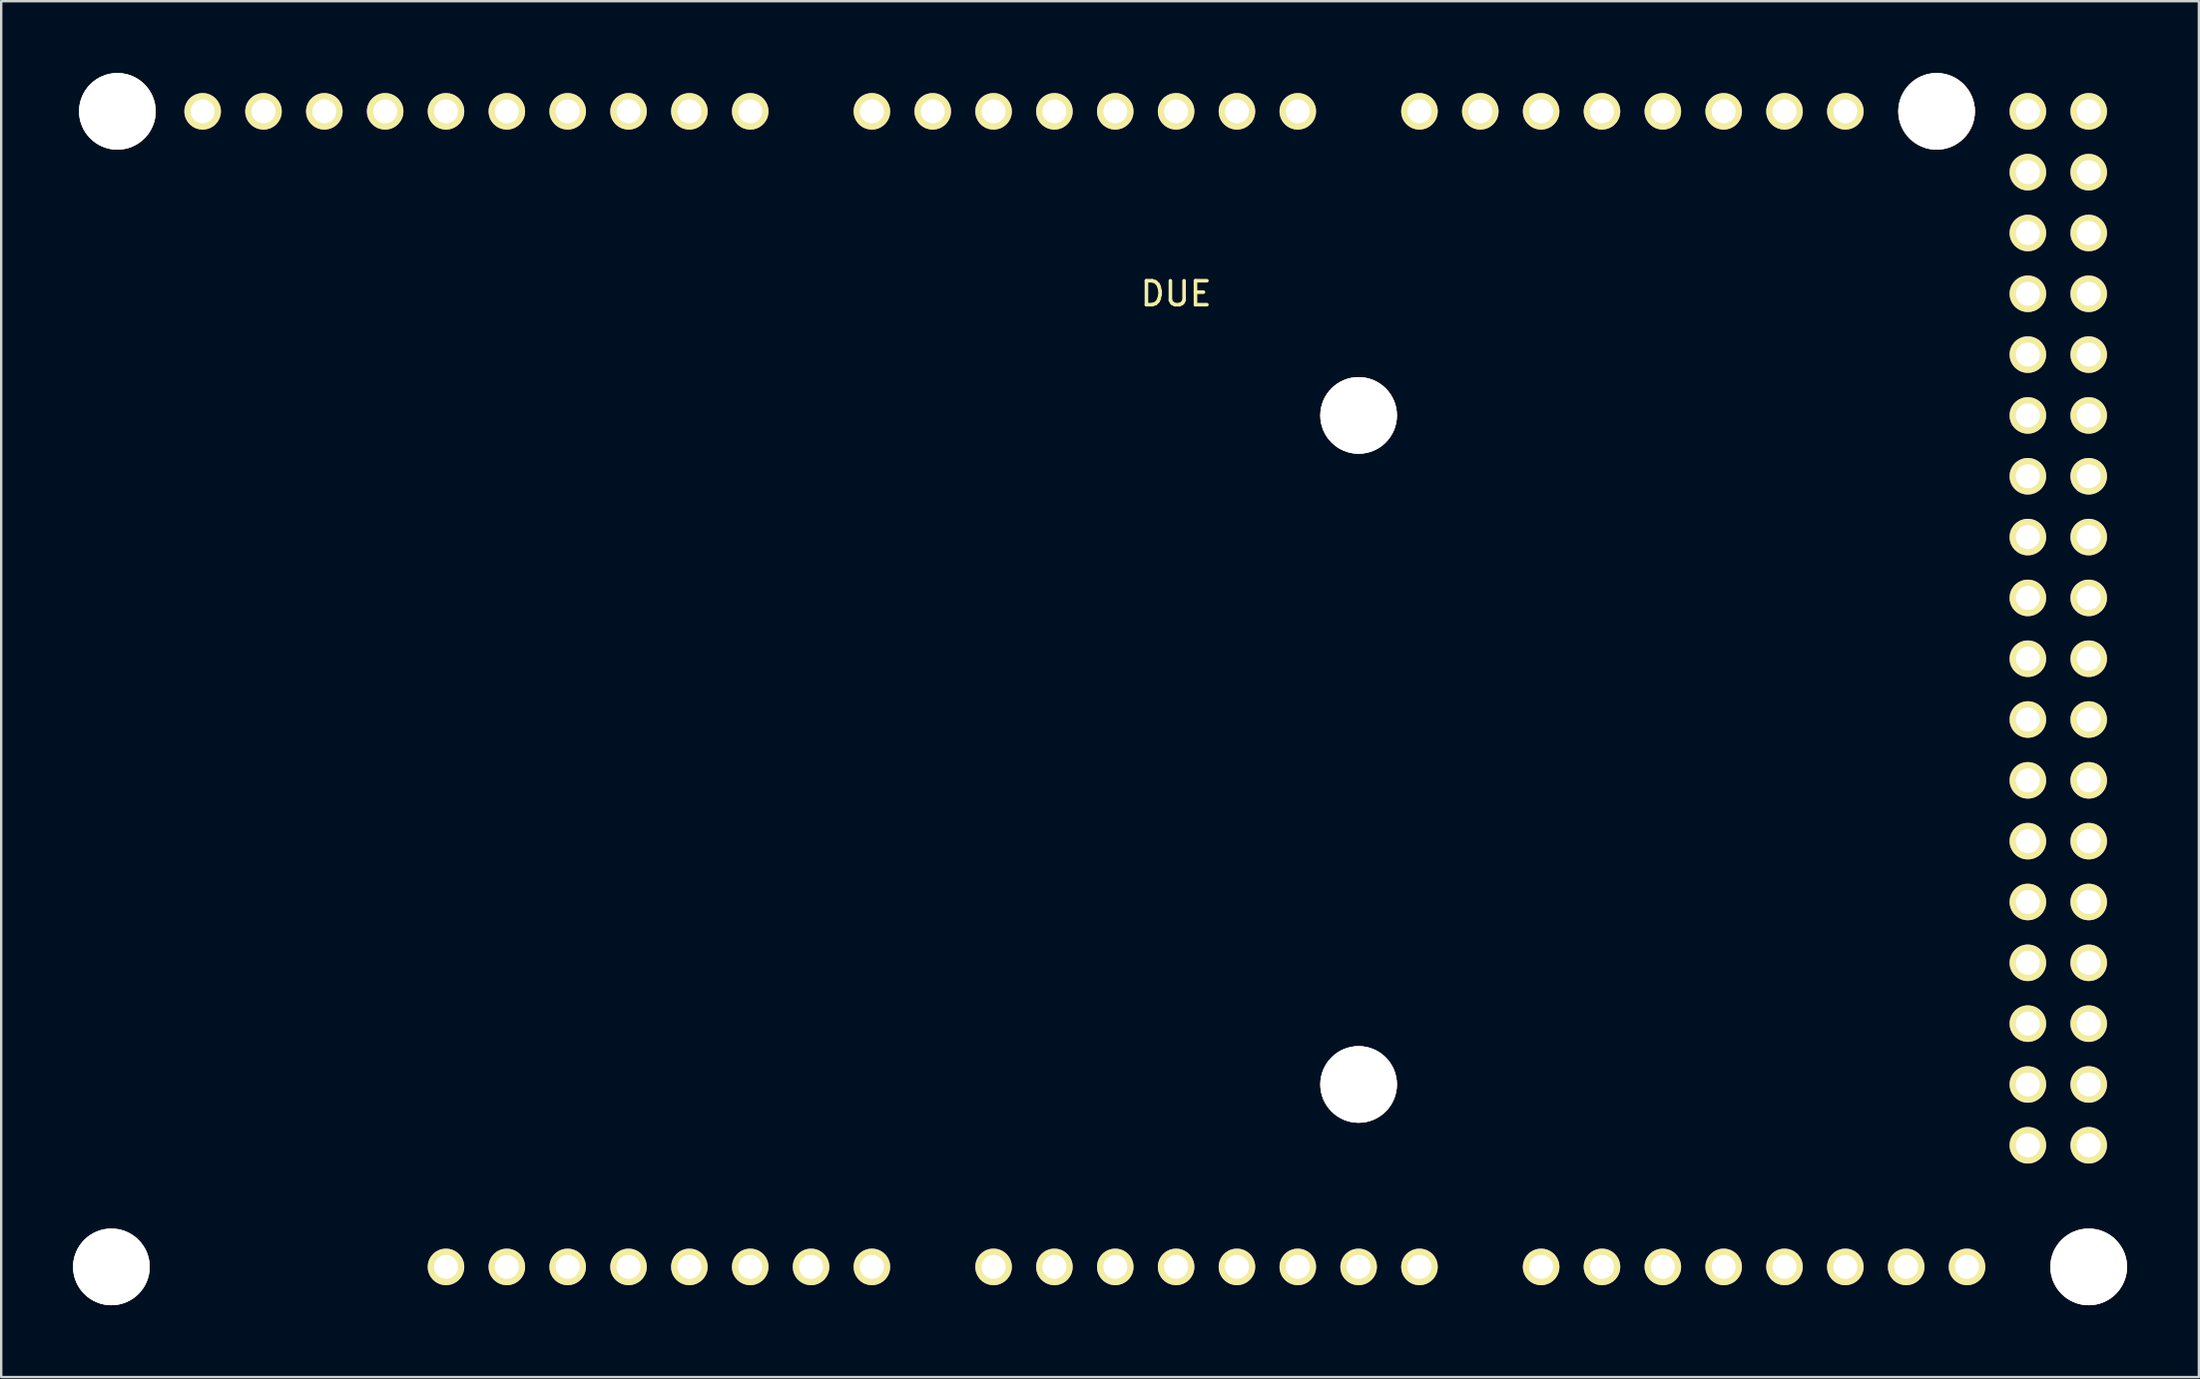
<source format=kicad_pcb>
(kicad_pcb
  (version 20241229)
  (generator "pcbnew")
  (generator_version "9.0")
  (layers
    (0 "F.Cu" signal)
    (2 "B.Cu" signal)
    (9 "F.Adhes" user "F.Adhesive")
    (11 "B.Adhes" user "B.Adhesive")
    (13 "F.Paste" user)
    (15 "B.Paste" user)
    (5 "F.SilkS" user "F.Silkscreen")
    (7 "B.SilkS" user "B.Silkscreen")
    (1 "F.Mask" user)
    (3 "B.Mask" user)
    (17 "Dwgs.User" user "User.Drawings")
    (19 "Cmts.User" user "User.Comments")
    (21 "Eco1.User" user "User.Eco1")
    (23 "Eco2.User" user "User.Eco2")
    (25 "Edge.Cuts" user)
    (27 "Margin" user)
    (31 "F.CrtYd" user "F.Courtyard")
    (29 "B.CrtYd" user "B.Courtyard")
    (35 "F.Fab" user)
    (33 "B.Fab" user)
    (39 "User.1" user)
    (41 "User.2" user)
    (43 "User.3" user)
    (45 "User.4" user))
  (footprint "DUE"
    (layer "F.Cu")
    (at 46.05 24.46)
    (property "Reference" "DUE" (at 0 -15.24 0) (layer "F.SilkS") (effects (font (size 1 1) (thickness 0.15))))
    (attr through_hole)
    (pad "" thru_hole circle (at -44.45 25.4) (size 3.2 3.2) (drill 3.2) (layers "*.Cu" "*.Mask" "F.SilkS"))
    (pad "" thru_hole circle (at -44.2 -22.86) (size 3.2 3.2) (drill 3.2) (layers "*.Cu" "*.Mask" "F.SilkS"))
    (pad "" thru_hole circle (at -30.48 25.4) (size 1.524 1.524) (drill 1) (layers "*.Cu" "*.Mask" "F.SilkS"))
    (pad "" thru_hole circle (at 7.62 -10.16) (size 3.2 3.2) (drill 3.2) (layers "*.Cu" "*.Mask" "F.SilkS"))
    (pad "" thru_hole circle (at 7.62 17.78) (size 3.2 3.2) (drill 3.2) (layers "*.Cu" "*.Mask" "F.SilkS"))
    (pad "" thru_hole circle (at 31.75 -22.86 90) (size 3.2 3.2) (drill 3.2) (layers "*.Cu" "*.Mask" "F.SilkS"))
    (pad "" thru_hole circle (at 38.1 25.4) (size 3.2 3.2) (drill 3.2) (layers "*.Cu" "*.Mask" "F.SilkS"))
    (pad "2" thru_hole circle (at -27.94 25.4) (size 1.524 1.524) (drill 1) (layers "*.Cu" "*.Mask" "F.SilkS"))
    (pad "3" thru_hole circle (at -25.4 25.4) (size 1.524 1.524) (drill 1) (layers "*.Cu" "*.Mask" "F.SilkS"))
    (pad "4" thru_hole circle (at -22.86 25.4) (size 1.524 1.524) (drill 1) (layers "*.Cu" "*.Mask" "F.SilkS"))
    (pad "5" thru_hole circle (at -20.32 25.4) (size 1.524 1.524) (drill 1) (layers "*.Cu" "*.Mask" "F.SilkS"))
    (pad "6" thru_hole circle (at -17.78 25.4) (size 1.524 1.524) (drill 1) (layers "*.Cu" "*.Mask" "F.SilkS"))
    (pad "7" thru_hole circle (at -15.24 25.4) (size 1.524 1.524) (drill 1) (layers "*.Cu" "*.Mask" "F.SilkS"))
    (pad "8" thru_hole circle (at -12.7 25.4) (size 1.524 1.524) (drill 1) (layers "*.Cu" "*.Mask" "F.SilkS"))
    (pad "9" thru_hole circle (at -7.62 25.4) (size 1.524 1.524) (drill 1) (layers "*.Cu" "*.Mask" "F.SilkS"))
    (pad "10" thru_hole circle (at -5.08 25.4) (size 1.524 1.524) (drill 1) (layers "*.Cu" "*.Mask" "F.SilkS"))
    (pad "11" thru_hole circle (at -2.54 25.4) (size 1.524 1.524) (drill 1) (layers "*.Cu" "*.Mask" "F.SilkS"))
    (pad "12" thru_hole circle (at 0 25.4) (size 1.524 1.524) (drill 1) (layers "*.Cu" "*.Mask" "F.SilkS"))
    (pad "13" thru_hole circle (at 2.54 25.4) (size 1.524 1.524) (drill 1) (layers "*.Cu" "*.Mask" "F.SilkS"))
    (pad "14" thru_hole circle (at 5.08 25.4) (size 1.524 1.524) (drill 1) (layers "*.Cu" "*.Mask" "F.SilkS"))
    (pad "15" thru_hole circle (at 7.62 25.4) (size 1.524 1.524) (drill 1) (layers "*.Cu" "*.Mask" "F.SilkS"))
    (pad "16" thru_hole circle (at 10.16 25.4) (size 1.524 1.524) (drill 1) (layers "*.Cu" "*.Mask" "F.SilkS"))
    (pad "17" thru_hole circle (at 15.24 25.4) (size 1.524 1.524) (drill 1) (layers "*.Cu" "*.Mask" "F.SilkS"))
    (pad "18" thru_hole circle (at 17.78 25.4) (size 1.524 1.524) (drill 1) (layers "*.Cu" "*.Mask" "F.SilkS"))
    (pad "19" thru_hole circle (at 20.32 25.4) (size 1.524 1.524) (drill 1) (layers "*.Cu" "*.Mask" "F.SilkS"))
    (pad "20" thru_hole circle (at 22.86 25.4) (size 1.524 1.524) (drill 1) (layers "*.Cu" "*.Mask" "F.SilkS"))
    (pad "21" thru_hole circle (at 25.4 25.4) (size 1.524 1.524) (drill 1) (layers "*.Cu" "*.Mask" "F.SilkS"))
    (pad "22" thru_hole circle (at 27.94 25.4) (size 1.524 1.524) (drill 1) (layers "*.Cu" "*.Mask" "F.SilkS"))
    (pad "23" thru_hole circle (at 30.48 25.4) (size 1.524 1.524) (drill 1) (layers "*.Cu" "*.Mask" "F.SilkS"))
    (pad "24" thru_hole circle (at 33.02 25.4) (size 1.524 1.524) (drill 1) (layers "*.Cu" "*.Mask" "F.SilkS"))
    (pad "25" thru_hole circle (at 35.56 20.32) (size 1.524 1.524) (drill 1) (layers "*.Cu" "*.Mask" "F.SilkS"))
    (pad "26" thru_hole circle (at 38.1 20.32) (size 1.524 1.524) (drill 1) (layers "*.Cu" "*.Mask" "F.SilkS"))
    (pad "27" thru_hole circle (at 35.56 17.78) (size 1.524 1.524) (drill 1) (layers "*.Cu" "*.Mask" "F.SilkS"))
    (pad "28" thru_hole circle (at 38.1 17.78) (size 1.524 1.524) (drill 1) (layers "*.Cu" "*.Mask" "F.SilkS"))
    (pad "29" thru_hole circle (at 35.56 15.24) (size 1.524 1.524) (drill 1) (layers "*.Cu" "*.Mask" "F.SilkS"))
    (pad "30" thru_hole circle (at 38.1 15.24) (size 1.524 1.524) (drill 1) (layers "*.Cu" "*.Mask" "F.SilkS"))
    (pad "31" thru_hole circle (at 35.56 12.7) (size 1.524 1.524) (drill 1) (layers "*.Cu" "*.Mask" "F.SilkS"))
    (pad "32" thru_hole circle (at 38.1 12.7) (size 1.524 1.524) (drill 1) (layers "*.Cu" "*.Mask" "F.SilkS"))
    (pad "33" thru_hole circle (at 35.56 10.16) (size 1.524 1.524) (drill 1) (layers "*.Cu" "*.Mask" "F.SilkS"))
    (pad "34" thru_hole circle (at 38.1 10.16) (size 1.524 1.524) (drill 1) (layers "*.Cu" "*.Mask" "F.SilkS"))
    (pad "35" thru_hole circle (at 35.56 7.62) (size 1.524 1.524) (drill 1) (layers "*.Cu" "*.Mask" "F.SilkS"))
    (pad "36" thru_hole circle (at 38.1 7.62) (size 1.524 1.524) (drill 1) (layers "*.Cu" "*.Mask" "F.SilkS"))
    (pad "37" thru_hole circle (at 35.56 5.08) (size 1.524 1.524) (drill 1) (layers "*.Cu" "*.Mask" "F.SilkS"))
    (pad "38" thru_hole circle (at 38.1 5.08) (size 1.524 1.524) (drill 1) (layers "*.Cu" "*.Mask" "F.SilkS"))
    (pad "39" thru_hole circle (at 35.56 2.54) (size 1.524 1.524) (drill 1) (layers "*.Cu" "*.Mask" "F.SilkS"))
    (pad "40" thru_hole circle (at 38.1 2.54) (size 1.524 1.524) (drill 1) (layers "*.Cu" "*.Mask" "F.SilkS"))
    (pad "41" thru_hole circle (at 35.56 0) (size 1.524 1.524) (drill 1) (layers "*.Cu" "*.Mask" "F.SilkS"))
    (pad "42" thru_hole circle (at 38.1 0) (size 1.524 1.524) (drill 1) (layers "*.Cu" "*.Mask" "F.SilkS"))
    (pad "43" thru_hole circle (at 35.56 -2.54) (size 1.524 1.524) (drill 1) (layers "*.Cu" "*.Mask" "F.SilkS"))
    (pad "44" thru_hole circle (at 38.1 -2.54) (size 1.524 1.524) (drill 1) (layers "*.Cu" "*.Mask" "F.SilkS"))
    (pad "45" thru_hole circle (at 35.56 -5.08) (size 1.524 1.524) (drill 1) (layers "*.Cu" "*.Mask" "F.SilkS"))
    (pad "46" thru_hole circle (at 38.1 -5.08) (size 1.524 1.524) (drill 1) (layers "*.Cu" "*.Mask" "F.SilkS"))
    (pad "47" thru_hole circle (at 35.56 -7.62) (size 1.524 1.524) (drill 1) (layers "*.Cu" "*.Mask" "F.SilkS"))
    (pad "48" thru_hole circle (at 38.1 -7.62) (size 1.524 1.524) (drill 1) (layers "*.Cu" "*.Mask" "F.SilkS"))
    (pad "49" thru_hole circle (at 35.56 -10.16) (size 1.524 1.524) (drill 1) (layers "*.Cu" "*.Mask" "F.SilkS"))
    (pad "50" thru_hole circle (at 38.1 -10.16) (size 1.524 1.524) (drill 1) (layers "*.Cu" "*.Mask" "F.SilkS"))
    (pad "51" thru_hole circle (at 35.56 -12.7) (size 1.524 1.524) (drill 1) (layers "*.Cu" "*.Mask" "F.SilkS"))
    (pad "52" thru_hole circle (at 38.1 -12.7) (size 1.524 1.524) (drill 1) (layers "*.Cu" "*.Mask" "F.SilkS"))
    (pad "53" thru_hole circle (at 35.56 -15.24) (size 1.524 1.524) (drill 1) (layers "*.Cu" "*.Mask" "F.SilkS"))
    (pad "54" thru_hole circle (at 38.1 -15.24) (size 1.524 1.524) (drill 1) (layers "*.Cu" "*.Mask" "F.SilkS"))
    (pad "55" thru_hole circle (at 35.56 -17.78) (size 1.524 1.524) (drill 1) (layers "*.Cu" "*.Mask" "F.SilkS"))
    (pad "56" thru_hole circle (at 38.1 -17.78) (size 1.524 1.524) (drill 1) (layers "*.Cu" "*.Mask" "F.SilkS"))
    (pad "57" thru_hole circle (at 35.56 -20.32) (size 1.524 1.524) (drill 1) (layers "*.Cu" "*.Mask" "F.SilkS"))
    (pad "58" thru_hole circle (at 38.1 -20.32) (size 1.524 1.524) (drill 1) (layers "*.Cu" "*.Mask" "F.SilkS"))
    (pad "59" thru_hole circle (at 35.56 -22.86) (size 1.524 1.524) (drill 1) (layers "*.Cu" "*.Mask" "F.SilkS"))
    (pad "60" thru_hole circle (at 38.1 -22.86) (size 1.524 1.524) (drill 1) (layers "*.Cu" "*.Mask" "F.SilkS"))
    (pad "61" thru_hole circle (at 27.94 -22.86) (size 1.524 1.524) (drill 1) (layers "*.Cu" "*.Mask" "F.SilkS"))
    (pad "62" thru_hole circle (at 25.4 -22.86) (size 1.524 1.524) (drill 1) (layers "*.Cu" "*.Mask" "F.SilkS"))
    (pad "63" thru_hole circle (at 22.86 -22.86) (size 1.524 1.524) (drill 1) (layers "*.Cu" "*.Mask" "F.SilkS"))
    (pad "64" thru_hole circle (at 20.32 -22.86) (size 1.524 1.524) (drill 1) (layers "*.Cu" "*.Mask" "F.SilkS"))
    (pad "65" thru_hole circle (at 17.78 -22.86) (size 1.524 1.524) (drill 1) (layers "*.Cu" "*.Mask" "F.SilkS"))
    (pad "66" thru_hole circle (at 15.24 -22.86) (size 1.524 1.524) (drill 1) (layers "*.Cu" "*.Mask" "F.SilkS"))
    (pad "67" thru_hole circle (at 12.7 -22.86) (size 1.524 1.524) (drill 1) (layers "*.Cu" "*.Mask" "F.SilkS"))
    (pad "68" thru_hole circle (at 10.16 -22.86) (size 1.524 1.524) (drill 1) (layers "*.Cu" "*.Mask" "F.SilkS"))
    (pad "69" thru_hole circle (at 5.08 -22.86) (size 1.524 1.524) (drill 1) (layers "*.Cu" "*.Mask" "F.SilkS"))
    (pad "70" thru_hole circle (at 2.54 -22.86) (size 1.524 1.524) (drill 1) (layers "*.Cu" "*.Mask" "F.SilkS"))
    (pad "71" thru_hole circle (at 0 -22.86) (size 1.524 1.524) (drill 1) (layers "*.Cu" "*.Mask" "F.SilkS"))
    (pad "72" thru_hole circle (at -2.54 -22.86) (size 1.524 1.524) (drill 1) (layers "*.Cu" "*.Mask" "F.SilkS"))
    (pad "73" thru_hole circle (at -5.08 -22.86) (size 1.524 1.524) (drill 1) (layers "*.Cu" "*.Mask" "F.SilkS"))
    (pad "74" thru_hole circle (at -7.62 -22.86) (size 1.524 1.524) (drill 1) (layers "*.Cu" "*.Mask" "F.SilkS"))
    (pad "75" thru_hole circle (at -10.16 -22.86) (size 1.524 1.524) (drill 1) (layers "*.Cu" "*.Mask" "F.SilkS"))
    (pad "76" thru_hole circle (at -12.7 -22.86) (size 1.524 1.524) (drill 1) (layers "*.Cu" "*.Mask" "F.SilkS"))
    (pad "77" thru_hole circle (at -17.78 -22.86) (size 1.524 1.524) (drill 1) (layers "*.Cu" "*.Mask" "F.SilkS"))
    (pad "78" thru_hole circle (at -20.32 -22.86) (size 1.524 1.524) (drill 1) (layers "*.Cu" "*.Mask" "F.SilkS"))
    (pad "79" thru_hole circle (at -22.86 -22.86) (size 1.524 1.524) (drill 1) (layers "*.Cu" "*.Mask" "F.SilkS"))
    (pad "80" thru_hole circle (at -25.4 -22.86) (size 1.524 1.524) (drill 1) (layers "*.Cu" "*.Mask" "F.SilkS"))
    (pad "81" thru_hole circle (at -27.94 -22.86) (size 1.524 1.524) (drill 1) (layers "*.Cu" "*.Mask" "F.SilkS"))
    (pad "82" thru_hole circle (at -30.48 -22.86) (size 1.524 1.524) (drill 1) (layers "*.Cu" "*.Mask" "F.SilkS"))
    (pad "83" thru_hole circle (at -33.02 -22.86) (size 1.524 1.524) (drill 1) (layers "*.Cu" "*.Mask" "F.SilkS"))
    (pad "84" thru_hole circle (at -35.56 -22.86) (size 1.524 1.524) (drill 1) (layers "*.Cu" "*.Mask" "F.SilkS"))
    (pad "85" thru_hole circle (at -38.1 -22.86) (size 1.524 1.524) (drill 1) (layers "*.Cu" "*.Mask" "F.SilkS"))
    (pad "86" thru_hole circle (at -40.64 -22.86) (size 1.524 1.524) (drill 1) (layers "*.Cu" "*.Mask" "F.SilkS")))
  (gr_rect
    (start -3 -3)
    (end 88.75 54.46)
    (stroke (width 0.1) (type default))
    (fill no)
    (layer "Edge.Cuts")))
</source>
